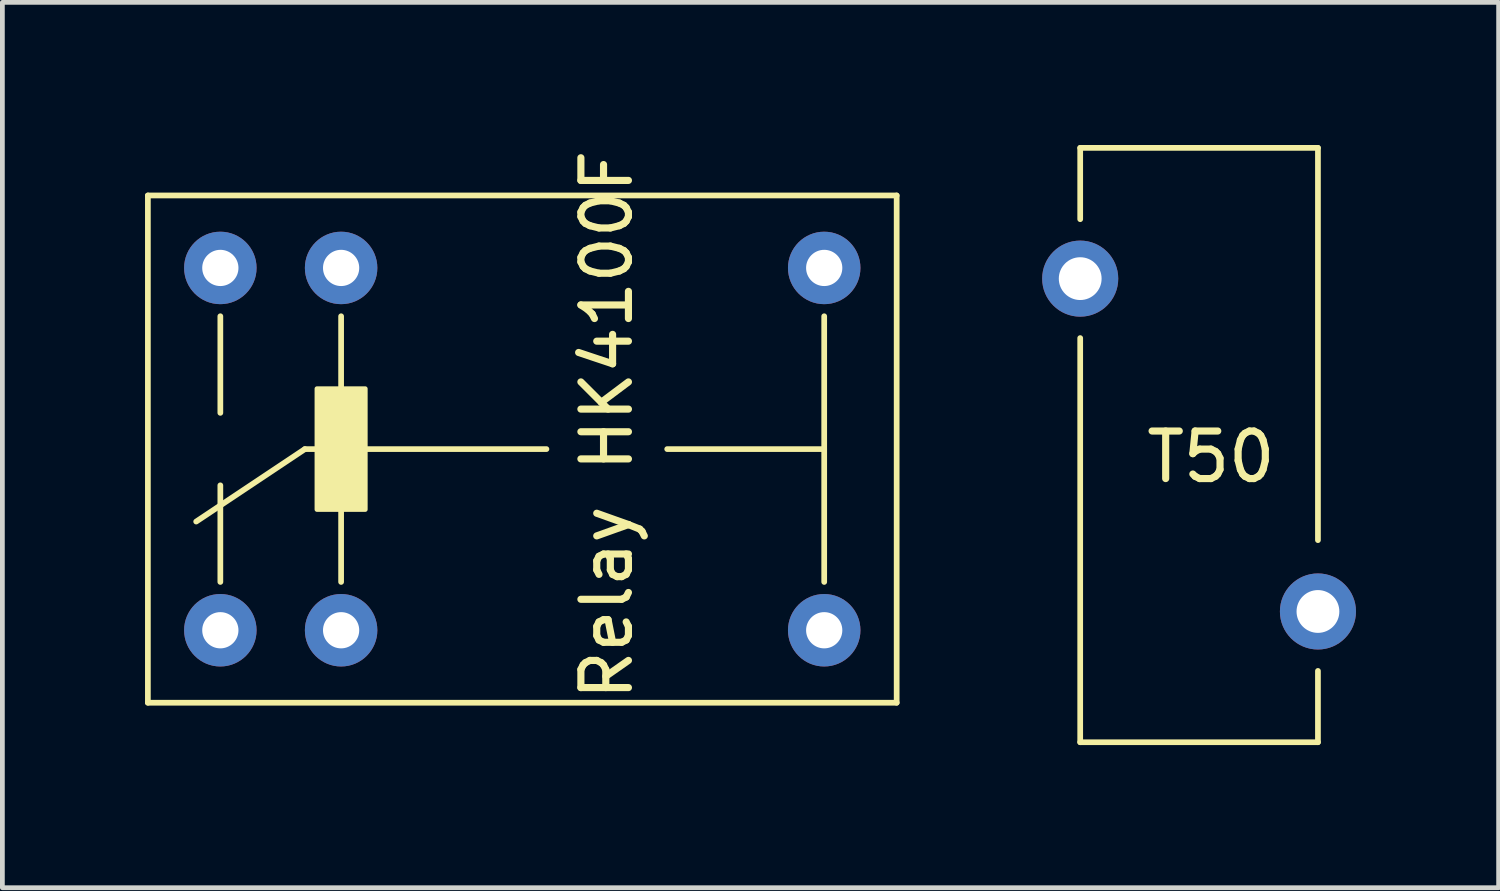
<source format=kicad_pcb>
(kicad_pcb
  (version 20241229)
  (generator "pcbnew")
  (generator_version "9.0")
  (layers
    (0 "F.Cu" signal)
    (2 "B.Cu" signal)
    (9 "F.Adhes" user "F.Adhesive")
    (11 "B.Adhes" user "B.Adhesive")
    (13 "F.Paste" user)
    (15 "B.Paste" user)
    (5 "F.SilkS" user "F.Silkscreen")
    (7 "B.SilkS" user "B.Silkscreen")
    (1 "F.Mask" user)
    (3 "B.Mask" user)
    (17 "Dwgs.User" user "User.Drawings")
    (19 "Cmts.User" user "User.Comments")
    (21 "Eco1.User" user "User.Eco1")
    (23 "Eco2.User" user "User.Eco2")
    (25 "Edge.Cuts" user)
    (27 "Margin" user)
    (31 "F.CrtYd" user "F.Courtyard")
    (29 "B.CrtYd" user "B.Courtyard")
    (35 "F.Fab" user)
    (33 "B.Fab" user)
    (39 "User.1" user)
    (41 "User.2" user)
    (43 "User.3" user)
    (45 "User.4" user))
  (footprint "T50"
    (layer "F.Cu")
    (at 22.168 6.31)
    (property "Reference" "T50" (at 0.25 0.25 0) (layer "F.SilkS") (effects (font (size 1 1) (thickness 0.15))))
    (attr through_hole)
    (fp_line (start -2.5 -6.25) (end -2.5 -4.75) (stroke (width 0.12) (type solid)) (layer "F.SilkS"))
    (fp_line (start -2.5 -6.25) (end 2.5 -6.25) (stroke (width 0.12) (type solid)) (layer "F.SilkS"))
    (fp_line (start -2.5 6.25) (end -2.5 -2.25) (stroke (width 0.12) (type solid)) (layer "F.SilkS"))
    (fp_line (start 2.5 -6.25) (end 2.5 2) (stroke (width 0.12) (type solid)) (layer "F.SilkS"))
    (fp_line (start 2.5 6.25) (end -2.5 6.25) (stroke (width 0.12) (type solid)) (layer "F.SilkS"))
    (fp_line (start 2.5 6.25) (end 2.5 4.75) (stroke (width 0.12) (type solid)) (layer "F.SilkS"))
    (pad "1" thru_hole circle (at -2.5 -3.5) (size 1.6 1.6) (drill 0.9) (layers "*.Cu" "*.Mask"))
    (pad "2" thru_hole circle (at 2.5 3.5) (size 1.6 1.6) (drill 0.9) (layers "*.Cu" "*.Mask")))
  (footprint "Relay HK4100F"
    (layer "F.Cu")
    (at 8.188 6.395)
    (property "Reference" "Relay HK4100F" (at 1.524 -0.508 270) (layer "F.SilkS") (effects (font (size 1 1) (thickness 0.15))))
    (attr through_hole)
    (fp_line (start -8.128 -5.334) (end 7.62 -5.334) (stroke (width 0.12) (type solid)) (layer "F.SilkS"))
    (fp_line (start -8.128 5.334) (end -8.128 -5.334) (stroke (width 0.12) (type solid)) (layer "F.SilkS"))
    (fp_line (start -6.604 -2.794) (end -6.604 -0.762) (stroke (width 0.12) (type solid)) (layer "F.SilkS"))
    (fp_line (start -6.604 2.794) (end -6.604 0.762) (stroke (width 0.12) (type solid)) (layer "F.SilkS"))
    (fp_line (start -4.826 0) (end -7.112 1.524) (stroke (width 0.12) (type solid)) (layer "F.SilkS"))
    (fp_line (start -4.064 -1.27) (end -4.064 -2.794) (stroke (width 0.12) (type solid)) (layer "F.SilkS"))
    (fp_line (start -4.064 1.27) (end -4.064 2.794) (stroke (width 0.12) (type solid)) (layer "F.SilkS"))
    (fp_line (start 0.254 0) (end -4.826 0) (stroke (width 0.12) (type solid)) (layer "F.SilkS"))
    (fp_line (start 6.096 -2.794) (end 6.096 2.794) (stroke (width 0.12) (type solid)) (layer "F.SilkS"))
    (fp_line (start 6.096 0) (end 2.794 0) (stroke (width 0.12) (type solid)) (layer "F.SilkS"))
    (fp_line (start 7.62 -5.334) (end 7.62 5.334) (stroke (width 0.12) (type solid)) (layer "F.SilkS"))
    (fp_line (start 7.62 5.334) (end -8.128 5.334) (stroke (width 0.12) (type solid)) (layer "F.SilkS"))
    (fp_poly (pts (xy -3.556 1.27) (xy -4.572 1.27) (xy -4.572 -1.27) (xy -3.556 -1.27)) (stroke (width 0.1) (type solid)) (fill yes) (layer "F.SilkS"))
    (pad "1" thru_hole circle (at -4.064 3.81) (size 1.524 1.524) (drill 0.762) (layers "*.Cu" "*.Mask"))
    (pad "2" thru_hole circle (at -4.064 -3.81) (size 1.524 1.524) (drill 0.762) (layers "*.Cu" "*.Mask"))
    (pad "3" thru_hole circle (at 6.096 -3.81) (size 1.524 1.524) (drill 0.762) (layers "*.Cu" "*.Mask"))
    (pad "3" thru_hole circle (at 6.096 3.81) (size 1.524 1.524) (drill 0.762) (layers "*.Cu" "*.Mask"))
    (pad "4" thru_hole circle (at -6.604 3.81) (size 1.524 1.524) (drill 0.762) (layers "*.Cu" "*.Mask"))
    (pad "5" thru_hole circle (at -6.604 -3.81) (size 1.524 1.524) (drill 0.762) (layers "*.Cu" "*.Mask")))
  (gr_rect
    (start -3 -3)
    (end 28.468 15.62)
    (stroke (width 0.1) (type default))
    (fill no)
    (layer "Edge.Cuts")))
</source>
